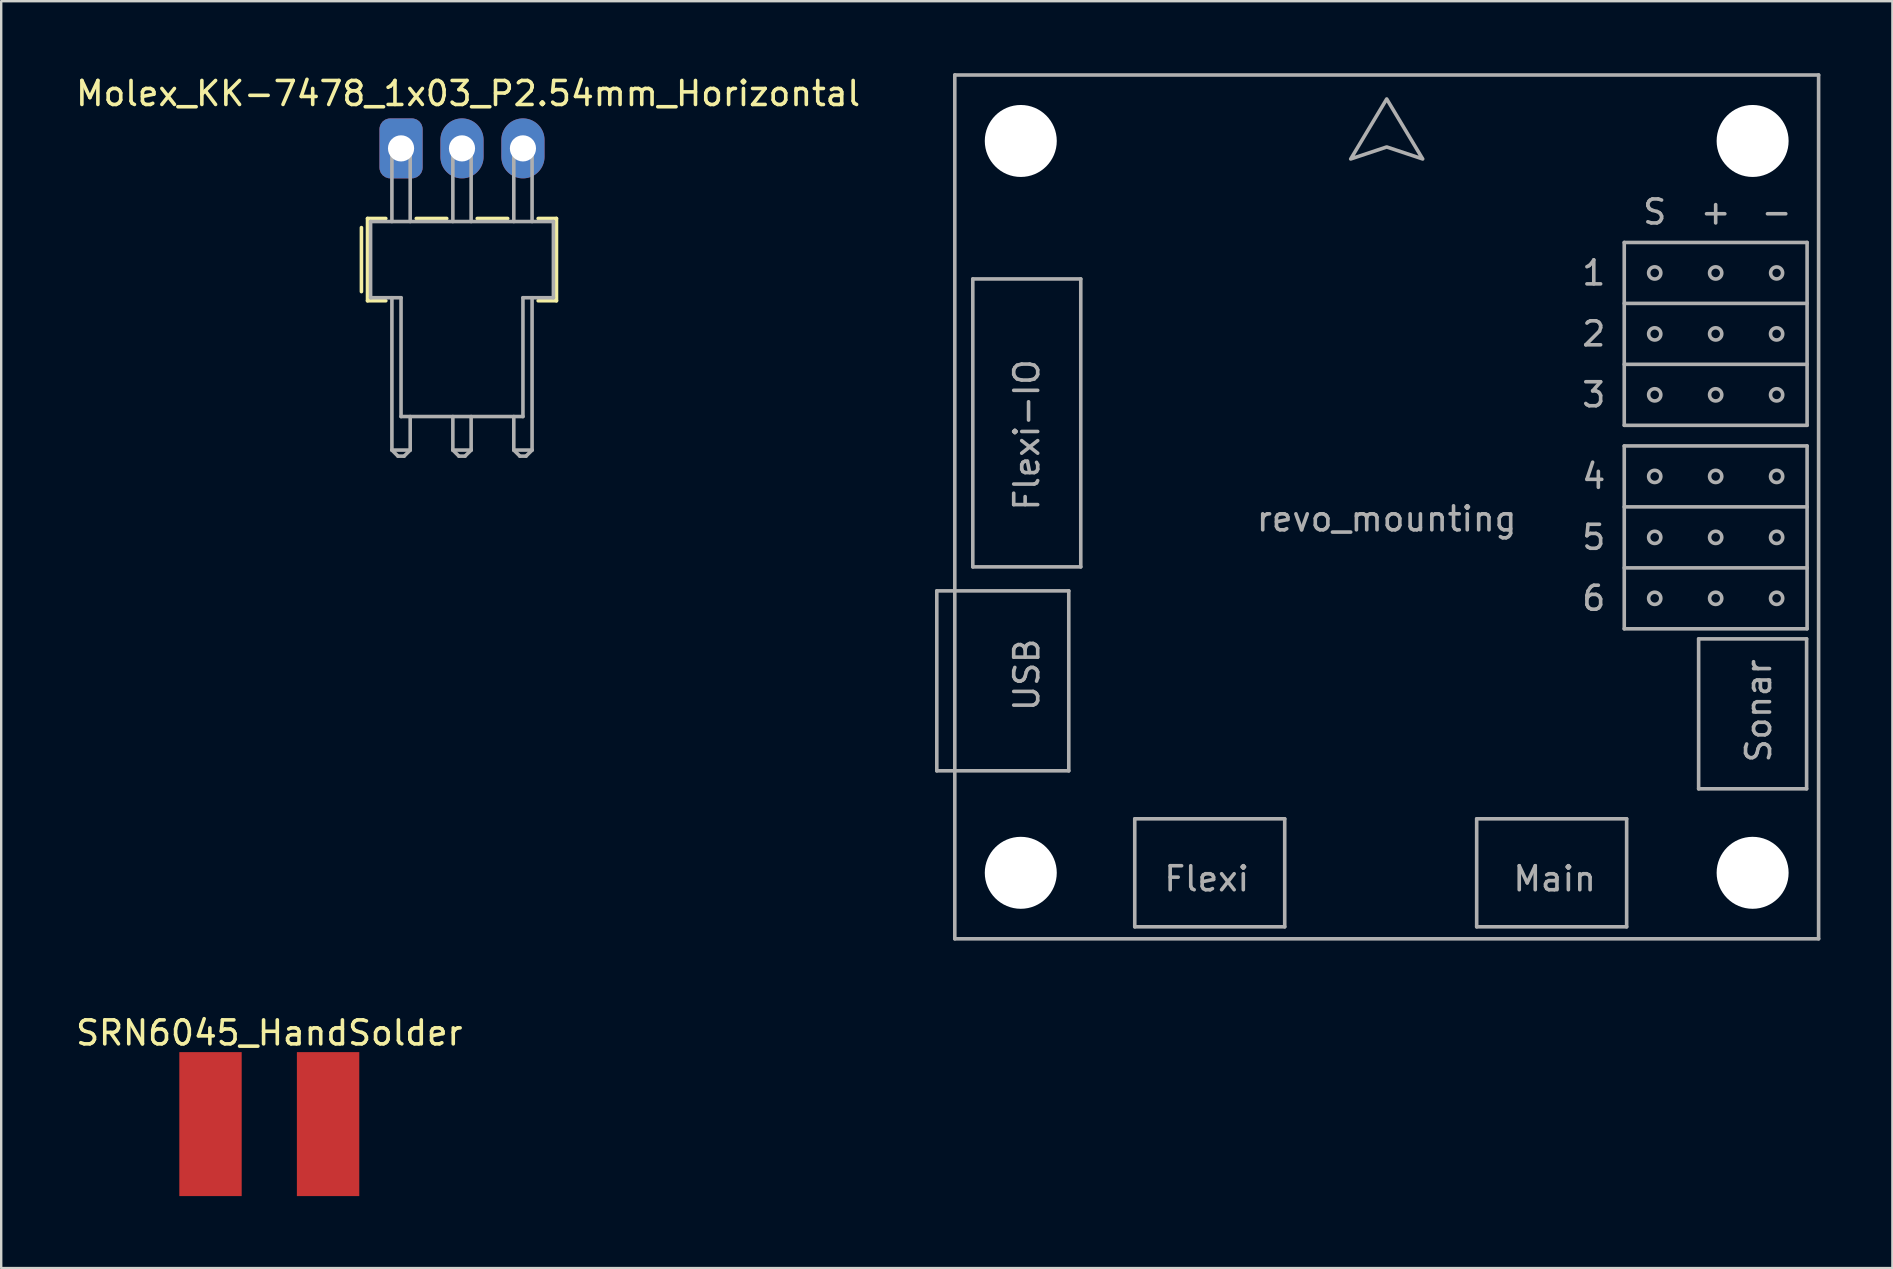
<source format=kicad_pcb>
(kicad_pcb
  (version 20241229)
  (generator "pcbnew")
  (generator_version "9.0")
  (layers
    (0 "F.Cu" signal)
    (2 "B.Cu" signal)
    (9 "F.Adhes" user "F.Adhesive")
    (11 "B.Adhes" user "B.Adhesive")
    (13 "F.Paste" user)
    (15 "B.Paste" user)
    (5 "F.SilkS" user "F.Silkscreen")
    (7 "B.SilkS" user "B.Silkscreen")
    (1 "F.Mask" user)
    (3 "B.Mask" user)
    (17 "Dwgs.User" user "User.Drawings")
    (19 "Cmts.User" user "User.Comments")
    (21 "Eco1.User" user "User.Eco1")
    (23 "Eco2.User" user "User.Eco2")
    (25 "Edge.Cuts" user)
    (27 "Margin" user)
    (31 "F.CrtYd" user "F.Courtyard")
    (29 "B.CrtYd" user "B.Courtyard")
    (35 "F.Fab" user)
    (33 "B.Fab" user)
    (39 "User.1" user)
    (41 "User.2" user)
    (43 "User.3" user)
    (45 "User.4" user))
  (footprint "Molex_KK-7478_1x03_P2.54mm_Horizontal"
    (layer "F.Cu")
    (at 13.664 3.134)
    (property "Reference" "Molex_KK-7478_1x03_P2.54mm_Horizontal" (at 2.794 -2.286 0) (layer "F.SilkS") (effects (font (size 1 1) (thickness 0.15))))
    (attr through_hole)
    (fp_line (start -1.651 3.302) (end -1.651 5.969) (stroke (width 0.15) (type solid)) (layer "F.SilkS"))
    (fp_line (start -1.397 2.921) (end -1.397 6.35) (stroke (width 0.15) (type solid)) (layer "F.SilkS"))
    (fp_line (start -1.397 6.35) (end -0.635 6.35) (stroke (width 0.15) (type solid)) (layer "F.SilkS"))
    (fp_line (start -0.635 2.921) (end -1.397 2.921) (stroke (width 0.15) (type solid)) (layer "F.SilkS"))
    (fp_line (start 1.905 2.921) (end 0.635 2.921) (stroke (width 0.15) (type solid)) (layer "F.SilkS"))
    (fp_line (start 4.445 2.921) (end 3.175 2.921) (stroke (width 0.15) (type solid)) (layer "F.SilkS"))
    (fp_line (start 6.477 2.921) (end 5.715 2.921) (stroke (width 0.15) (type solid)) (layer "F.SilkS"))
    (fp_line (start 6.477 2.921) (end 6.477 6.35) (stroke (width 0.15) (type solid)) (layer "F.SilkS"))
    (fp_line (start 6.477 6.35) (end 5.715 6.35) (stroke (width 0.15) (type solid)) (layer "F.SilkS"))
    (fp_line (start -1.27 3.048) (end -1.27 6.223) (stroke (width 0.15) (type solid)) (layer "F.Fab"))
    (fp_line (start -1.27 6.223) (end 0 6.223) (stroke (width 0.15) (type solid)) (layer "F.Fab"))
    (fp_line (start -0.381 -0.254) (end 0.381 -0.254) (stroke (width 0.15) (type solid)) (layer "F.Fab"))
    (fp_line (start -0.381 3.048) (end -0.381 -0.254) (stroke (width 0.15) (type solid)) (layer "F.Fab"))
    (fp_line (start -0.381 6.223) (end -0.381 12.573) (stroke (width 0.15) (type solid)) (layer "F.Fab"))
    (fp_line (start -0.381 12.573) (end -0.127 12.827) (stroke (width 0.15) (type solid)) (layer "F.Fab"))
    (fp_line (start -0.127 12.827) (end 0.127 12.827) (stroke (width 0.15) (type solid)) (layer "F.Fab"))
    (fp_line (start 0 6.223) (end 0 11.176) (stroke (width 0.15) (type solid)) (layer "F.Fab"))
    (fp_line (start 0 11.176) (end 5.08 11.176) (stroke (width 0.15) (type solid)) (layer "F.Fab"))
    (fp_line (start 0.127 12.827) (end 0.381 12.573) (stroke (width 0.15) (type solid)) (layer "F.Fab"))
    (fp_line (start 0.381 -0.254) (end 0.381 3.048) (stroke (width 0.15) (type solid)) (layer "F.Fab"))
    (fp_line (start 0.381 12.573) (end -0.381 12.573) (stroke (width 0.15) (type solid)) (layer "F.Fab"))
    (fp_line (start 0.381 12.573) (end 0.381 11.176) (stroke (width 0.15) (type solid)) (layer "F.Fab"))
    (fp_line (start 2.159 -0.254) (end 2.921 -0.254) (stroke (width 0.15) (type solid)) (layer "F.Fab"))
    (fp_line (start 2.159 3.048) (end 2.159 -0.254) (stroke (width 0.15) (type solid)) (layer "F.Fab"))
    (fp_line (start 2.159 12.573) (end 2.159 11.176) (stroke (width 0.15) (type solid)) (layer "F.Fab"))
    (fp_line (start 2.159 12.573) (end 2.921 12.573) (stroke (width 0.15) (type solid)) (layer "F.Fab"))
    (fp_line (start 2.413 12.827) (end 2.159 12.573) (stroke (width 0.15) (type solid)) (layer "F.Fab"))
    (fp_line (start 2.667 12.827) (end 2.413 12.827) (stroke (width 0.15) (type solid)) (layer "F.Fab"))
    (fp_line (start 2.921 -0.254) (end 2.921 3.048) (stroke (width 0.15) (type solid)) (layer "F.Fab"))
    (fp_line (start 2.921 11.176) (end 2.921 12.573) (stroke (width 0.15) (type solid)) (layer "F.Fab"))
    (fp_line (start 2.921 12.573) (end 2.667 12.827) (stroke (width 0.15) (type solid)) (layer "F.Fab"))
    (fp_line (start 4.699 -0.254) (end 5.461 -0.254) (stroke (width 0.15) (type solid)) (layer "F.Fab"))
    (fp_line (start 4.699 3.048) (end 4.699 -0.254) (stroke (width 0.15) (type solid)) (layer "F.Fab"))
    (fp_line (start 4.699 11.176) (end 4.699 12.573) (stroke (width 0.15) (type solid)) (layer "F.Fab"))
    (fp_line (start 4.699 12.573) (end 4.953 12.827) (stroke (width 0.15) (type solid)) (layer "F.Fab"))
    (fp_line (start 4.699 12.573) (end 5.461 12.573) (stroke (width 0.15) (type solid)) (layer "F.Fab"))
    (fp_line (start 4.953 12.827) (end 5.207 12.827) (stroke (width 0.15) (type solid)) (layer "F.Fab"))
    (fp_line (start 5.08 6.223) (end 6.35 6.223) (stroke (width 0.15) (type solid)) (layer "F.Fab"))
    (fp_line (start 5.08 11.176) (end 5.08 6.223) (stroke (width 0.15) (type solid)) (layer "F.Fab"))
    (fp_line (start 5.207 12.827) (end 5.461 12.573) (stroke (width 0.15) (type solid)) (layer "F.Fab"))
    (fp_line (start 5.461 -0.254) (end 5.461 3.048) (stroke (width 0.15) (type solid)) (layer "F.Fab"))
    (fp_line (start 5.461 12.573) (end 5.461 6.223) (stroke (width 0.15) (type solid)) (layer "F.Fab"))
    (fp_line (start 6.35 3.048) (end -1.27 3.048) (stroke (width 0.15) (type solid)) (layer "F.Fab"))
    (fp_line (start 6.35 6.223) (end 6.35 3.048) (stroke (width 0.15) (type solid)) (layer "F.Fab"))
    (pad "1" thru_hole roundrect (at 0 0) (size 1.8 2.5) (drill 1.09) (layers "*.Cu" "*.Mask") (roundrect_rratio 0.25))
    (pad "2" thru_hole oval (at 2.54 0) (size 1.8 2.5) (drill 1.09) (layers "*.Cu" "*.Mask"))
    (pad "3" thru_hole oval (at 5.08 0) (size 1.8 2.5) (drill 1.09) (layers "*.Cu" "*.Mask")))
  (footprint "SRN6045_HandSolder"
    (layer "F.Cu")
    (at 8.173 43.798)
    (property "Reference" "SRN6045_HandSolder" (at 0 -3.8 0) (layer "F.SilkS") (effects (font (size 1 1) (thickness 0.15))))
    (attr through_hole)
    (pad "1" smd rect (at -2.45 0) (size 2.6 6) (layers "F.Cu" "F.Mask" "F.Paste"))
    (pad "2" smd rect (at 2.45 0) (size 2.6 6) (layers "F.Cu" "F.Mask" "F.Paste")))
  (footprint "revo_mounting"
    (layer "F.Cu")
    (at 54.742 18.075)
    (property "Reference" "revo_mounting" (at 0 0.5 0) (layer "F.Fab") (effects (font (size 1 1) (thickness 0.15))))
    (attr exclude_from_pos_files exclude_from_bom)
    (fp_line (start -18.75 3.5) (end -18.75 11) (stroke (width 0.15) (type solid)) (layer "F.Fab"))
    (fp_line (start -18.75 11) (end -13.25 11) (stroke (width 0.15) (type solid)) (layer "F.Fab"))
    (fp_line (start -18 -18) (end 18 -18) (stroke (width 0.15) (type solid)) (layer "F.Fab"))
    (fp_line (start -18 18) (end -18 -18) (stroke (width 0.15) (type solid)) (layer "F.Fab"))
    (fp_line (start -17.25 -9.5) (end -17.25 2.5) (stroke (width 0.15) (type solid)) (layer "F.Fab"))
    (fp_line (start -17.25 2.5) (end -12.75 2.5) (stroke (width 0.15) (type solid)) (layer "F.Fab"))
    (fp_line (start -13.25 3.5) (end -18.75 3.5) (stroke (width 0.15) (type solid)) (layer "F.Fab"))
    (fp_line (start -13.25 11) (end -13.25 3.5) (stroke (width 0.15) (type solid)) (layer "F.Fab"))
    (fp_line (start -12.75 -9.5) (end -17.25 -9.5) (stroke (width 0.15) (type solid)) (layer "F.Fab"))
    (fp_line (start -12.75 2.5) (end -12.75 -9.5) (stroke (width 0.15) (type solid)) (layer "F.Fab"))
    (fp_line (start -10.5 13) (end -4.25 13) (stroke (width 0.15) (type solid)) (layer "F.Fab"))
    (fp_line (start -10.5 17.5) (end -10.5 13) (stroke (width 0.15) (type solid)) (layer "F.Fab"))
    (fp_line (start -4.25 13) (end -4.25 17.5) (stroke (width 0.15) (type solid)) (layer "F.Fab"))
    (fp_line (start -4.25 17.5) (end -10.5 17.5) (stroke (width 0.15) (type solid)) (layer "F.Fab"))
    (fp_line (start 3.75 13) (end 3.75 17.5) (stroke (width 0.15) (type solid)) (layer "F.Fab"))
    (fp_line (start 3.75 17.5) (end 10 17.5) (stroke (width 0.15) (type solid)) (layer "F.Fab"))
    (fp_line (start 9.9 -11.02) (end 17.52 -11.02) (stroke (width 0.15) (type solid)) (layer "F.Fab"))
    (fp_line (start 9.9 -3.4) (end 9.9 -11.02) (stroke (width 0.15) (type solid)) (layer "F.Fab"))
    (fp_line (start 9.9 -2.54) (end 17.52 -2.54) (stroke (width 0.15) (type solid)) (layer "F.Fab"))
    (fp_line (start 9.9 5.08) (end 9.9 -2.54) (stroke (width 0.15) (type solid)) (layer "F.Fab"))
    (fp_line (start 10 13) (end 3.75 13) (stroke (width 0.15) (type solid)) (layer "F.Fab"))
    (fp_line (start 10 17.5) (end 10 13) (stroke (width 0.15) (type solid)) (layer "F.Fab"))
    (fp_line (start 13 5.5) (end 17.5 5.5) (stroke (width 0.15) (type solid)) (layer "F.Fab"))
    (fp_line (start 13 11.75) (end 13 5.5) (stroke (width 0.15) (type solid)) (layer "F.Fab"))
    (fp_line (start 17.5 5.5) (end 17.5 11.75) (stroke (width 0.15) (type solid)) (layer "F.Fab"))
    (fp_line (start 17.5 11.75) (end 13 11.75) (stroke (width 0.15) (type solid)) (layer "F.Fab"))
    (fp_line (start 17.52 -11.02) (end 17.52 -3.4) (stroke (width 0.15) (type solid)) (layer "F.Fab"))
    (fp_line (start 17.52 -8.48) (end 9.9 -8.48) (stroke (width 0.15) (type solid)) (layer "F.Fab"))
    (fp_line (start 17.52 -5.94) (end 9.9 -5.94) (stroke (width 0.15) (type solid)) (layer "F.Fab"))
    (fp_line (start 17.52 -3.4) (end 9.9 -3.4) (stroke (width 0.15) (type solid)) (layer "F.Fab"))
    (fp_line (start 17.52 -2.54) (end 17.52 5.08) (stroke (width 0.15) (type solid)) (layer "F.Fab"))
    (fp_line (start 17.52 0) (end 9.9 0) (stroke (width 0.15) (type solid)) (layer "F.Fab"))
    (fp_line (start 17.52 2.54) (end 9.9 2.54) (stroke (width 0.15) (type solid)) (layer "F.Fab"))
    (fp_line (start 17.52 5.08) (end 9.9 5.08) (stroke (width 0.15) (type solid)) (layer "F.Fab"))
    (fp_line (start 18 -18) (end 18 18) (stroke (width 0.15) (type solid)) (layer "F.Fab"))
    (fp_line (start 18 18) (end -18 18) (stroke (width 0.15) (type solid)) (layer "F.Fab"))
    (fp_circle (center 11.17 -9.75) (end 11.424 -9.75) (stroke (width 0.15) (type solid)) (fill no) (layer "F.Fab"))
    (fp_circle (center 11.17 -7.21) (end 11.424 -7.21) (stroke (width 0.15) (type solid)) (fill no) (layer "F.Fab"))
    (fp_circle (center 11.17 -4.67) (end 11.424 -4.67) (stroke (width 0.15) (type solid)) (fill no) (layer "F.Fab"))
    (fp_circle (center 11.17 -1.27) (end 11.424 -1.27) (stroke (width 0.15) (type solid)) (fill no) (layer "F.Fab"))
    (fp_circle (center 11.17 1.27) (end 11.424 1.27) (stroke (width 0.15) (type solid)) (fill no) (layer "F.Fab"))
    (fp_circle (center 11.17 3.81) (end 11.424 3.81) (stroke (width 0.15) (type solid)) (fill no) (layer "F.Fab"))
    (fp_circle (center 13.71 -9.75) (end 13.964 -9.75) (stroke (width 0.15) (type solid)) (fill no) (layer "F.Fab"))
    (fp_circle (center 13.71 -7.21) (end 13.964 -7.21) (stroke (width 0.15) (type solid)) (fill no) (layer "F.Fab"))
    (fp_circle (center 13.71 -4.67) (end 13.964 -4.67) (stroke (width 0.15) (type solid)) (fill no) (layer "F.Fab"))
    (fp_circle (center 13.71 -1.27) (end 13.964 -1.27) (stroke (width 0.15) (type solid)) (fill no) (layer "F.Fab"))
    (fp_circle (center 13.71 1.27) (end 13.964 1.27) (stroke (width 0.15) (type solid)) (fill no) (layer "F.Fab"))
    (fp_circle (center 13.71 3.81) (end 13.964 3.81) (stroke (width 0.15) (type solid)) (fill no) (layer "F.Fab"))
    (fp_circle (center 16.25 -9.75) (end 16.5 -9.75) (stroke (width 0.15) (type solid)) (fill no) (layer "F.Fab"))
    (fp_circle (center 16.25 -7.21) (end 16.504 -7.21) (stroke (width 0.15) (type solid)) (fill no) (layer "F.Fab"))
    (fp_circle (center 16.25 -4.67) (end 16.504 -4.67) (stroke (width 0.15) (type solid)) (fill no) (layer "F.Fab"))
    (fp_circle (center 16.25 -1.27) (end 16.504 -1.27) (stroke (width 0.15) (type solid)) (fill no) (layer "F.Fab"))
    (fp_circle (center 16.25 1.27) (end 16.504 1.27) (stroke (width 0.15) (type solid)) (fill no) (layer "F.Fab"))
    (fp_circle (center 16.25 3.81) (end 16.504 3.81) (stroke (width 0.15) (type solid)) (fill no) (layer "F.Fab"))
    (fp_poly (pts (xy 0 -17) (xy -1.5 -14.5) (xy 0 -15) (xy 1.5 -14.5)) (stroke (width 0.15) (type solid)) (fill no) (layer "F.Fab"))
    (fp_text user "USB" (at -15 7 90) (layer "F.Fab") (effects (font (size 1 1) (thickness 0.15))))
    (fp_text user "-" (at 16.25 -12.29 0) (layer "F.Fab") (effects (font (size 1 1) (thickness 0.15))))
    (fp_text user "6" (at 8.63 3.81 0) (layer "F.Fab") (effects (font (size 1 1) (thickness 0.15))))
    (fp_text user "5" (at 8.63 1.27 0) (layer "F.Fab") (effects (font (size 1 1) (thickness 0.15))))
    (fp_text user "S" (at 11.17 -12.29 0) (layer "F.Fab") (effects (font (size 1 1) (thickness 0.15))))
    (fp_text user "Sonar" (at 15.5 8.5 90) (layer "F.Fab") (effects (font (size 1 1) (thickness 0.15))))
    (fp_text user "2" (at 8.63 -7.21 0) (layer "F.Fab") (effects (font (size 1 1) (thickness 0.15))))
    (fp_text user "3" (at 8.63 -4.67 0) (layer "F.Fab") (effects (font (size 1 1) (thickness 0.15))))
    (fp_text user "Flexi" (at -7.5 15.5 0) (layer "F.Fab") (effects (font (size 1 1) (thickness 0.15))))
    (fp_text user "Main" (at 7 15.5 0) (layer "F.Fab") (effects (font (size 1 1) (thickness 0.15))))
    (fp_text user "1" (at 8.63 -9.75 0) (layer "F.Fab") (effects (font (size 1 1) (thickness 0.15))))
    (fp_text user "Flexi-IO" (at -15 -3 90) (layer "F.Fab") (effects (font (size 1 1) (thickness 0.15))))
    (fp_text user "4" (at 8.63 -1.27 0) (layer "F.Fab") (effects (font (size 1 1) (thickness 0.15))))
    (fp_text user "+" (at 13.71 -12.29 0) (layer "F.Fab") (effects (font (size 1 1) (thickness 0.15))))
    (pad "" np_thru_hole circle (at -15.25 -15.25) (size 3 3) (drill 3) (layers "*.Cu" "*.Mask"))
    (pad "" np_thru_hole circle (at -15.25 15.25) (size 3 3) (drill 3) (layers "*.Cu" "*.Mask"))
    (pad "" np_thru_hole circle (at 15.25 -15.25) (size 3 3) (drill 3) (layers "*.Cu" "*.Mask"))
    (pad "" np_thru_hole circle (at 15.25 15.25) (size 3 3) (drill 3) (layers "*.Cu" "*.Mask")))
  (gr_rect
    (start -3 -3)
    (end 75.817 49.798)
    (stroke (width 0.1) (type default))
    (fill no)
    (layer "Edge.Cuts")))
</source>
